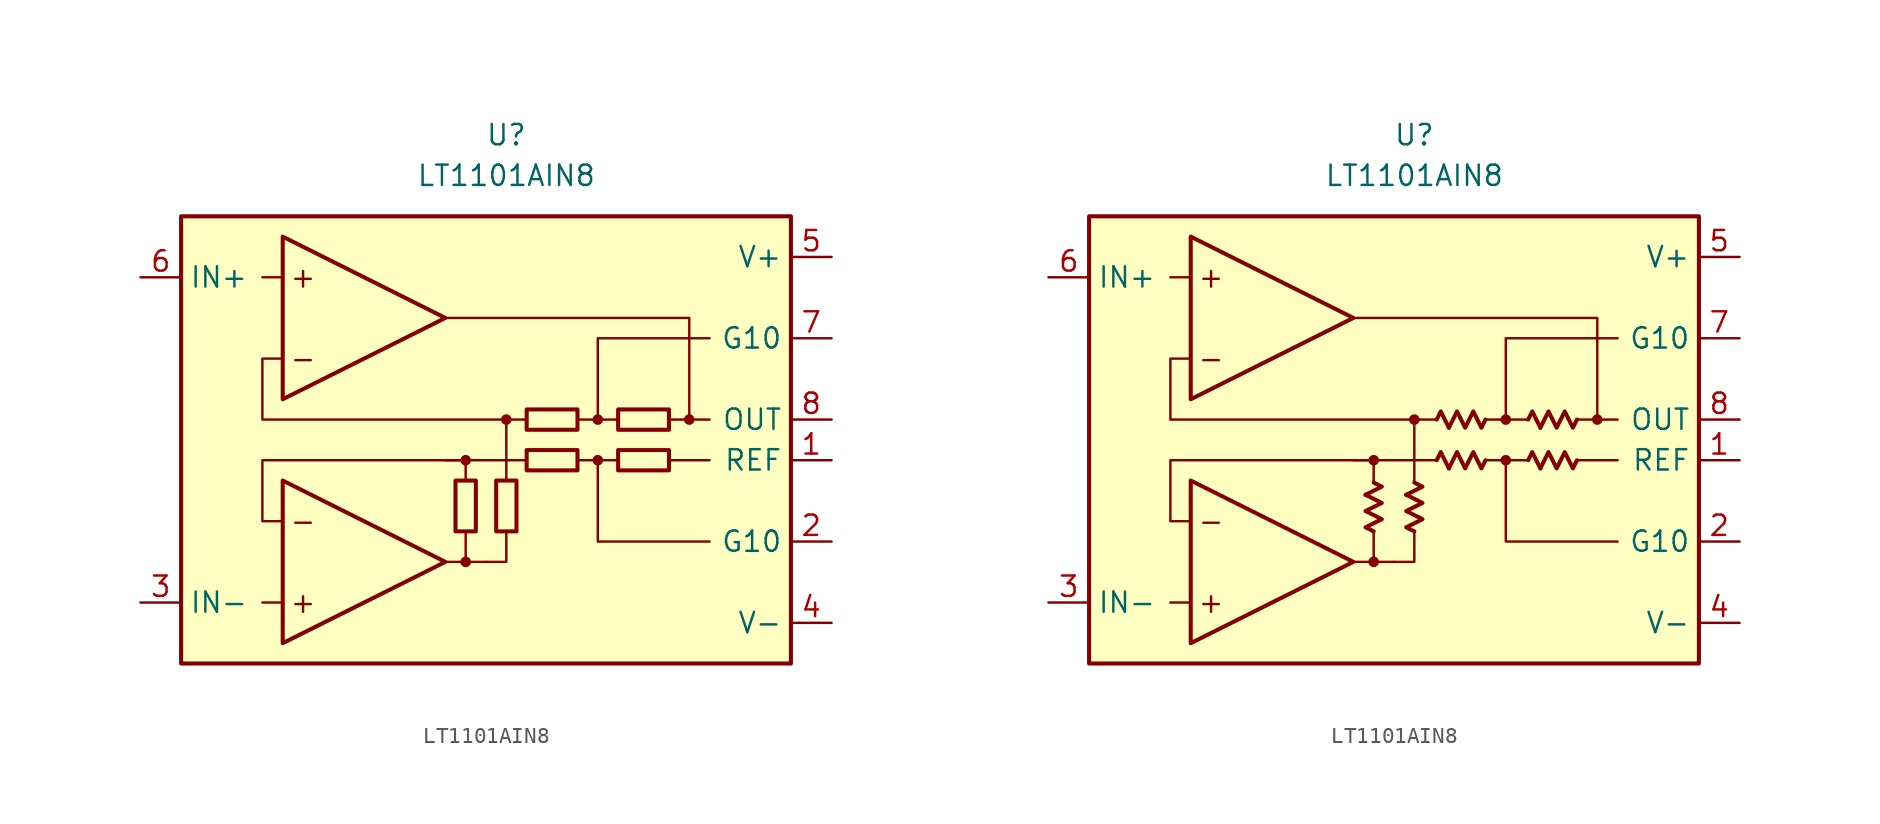
<source format=kicad_sym>
(kicad_symbol_lib
  (version 20231120)
  (generator "kicad_symbol_editor")
  (generator_version "8.0")
  (symbol "LT1101AIN8"
    (property "Reference" "U"
      (at 0 19.05 0)
      (effects (font (size 1.27 1.27))))
    (property "Value" "LT1101AIN8"
      (at 0 16.51 0)
      (effects (font (size 1.27 1.27))))
    (symbol "LT1101AIN8_0_0"
      (rectangle (start -20.32 13.97) (end 17.78 -13.97) (stroke (width 0.254) (type default)) (fill (type background)))
      (circle (center -2.54 -7.62) (radius 0.254) (stroke (width 0.152) (type default)) (fill (type outline)))
      (circle (center -2.54 -1.27) (radius 0.254) (stroke (width 0.152) (type default)) (fill (type outline)))
      (polyline (pts (xy -13.97 -10.16) (xy -15.24 -10.16)) (stroke (width 0.152) (type default)) (fill (type none)))
      (polyline (pts (xy -13.97 10.16) (xy -15.24 10.16)) (stroke (width 0.152) (type default)) (fill (type none)))
      (polyline (pts (xy -3.81 -7.62) (xy -1.27 -7.62)) (stroke (width 0.152) (type default)) (fill (type none)))
      (polyline (pts (xy -2.54 -5.715) (xy -2.54 -7.62)) (stroke (width 0.152) (type default)) (fill (type none)))
      (polyline (pts (xy -2.54 -2.54) (xy -2.54 -1.27)) (stroke (width 0.152) (type default)) (fill (type none)))
      (polyline (pts (xy 0 -2.54) (xy 0 -1.27)) (stroke (width 0.152) (type default)) (fill (type none)))
      (polyline (pts (xy 0 -1.27) (xy 0 1.27)) (stroke (width 0.152) (type default)) (fill (type none)))
      (polyline (pts (xy 1.27 -1.27) (xy -3.81 -1.27)) (stroke (width 0.152) (type default)) (fill (type none)))
      (polyline (pts (xy 5.715 -1.27) (xy 4.445 -1.27)) (stroke (width 0.152) (type default)) (fill (type none)))
      (polyline (pts (xy 5.715 1.27) (xy 4.445 1.27)) (stroke (width 0.152) (type default)) (fill (type none)))
      (polyline (pts (xy 6.985 -1.27) (xy 5.715 -1.27)) (stroke (width 0.152) (type default)) (fill (type none)))
      (polyline (pts (xy 6.985 1.27) (xy 5.715 1.27)) (stroke (width 0.152) (type default)) (fill (type none)))
      (polyline (pts (xy 11.43 1.27) (xy 12.7 1.27)) (stroke (width 0.152) (type default)) (fill (type none)))
      (polyline (pts (xy 12.7 -1.27) (xy 10.16 -1.27)) (stroke (width 0.152) (type default)) (fill (type none)))
      (polyline (pts (xy -1.27 -7.62) (xy 0 -7.62) (xy 0 -5.715)) (stroke (width 0.152) (type default)) (fill (type none)))
      (polyline (pts (xy 5.715 1.27) (xy 5.715 6.35) (xy 12.7 6.35)) (stroke (width 0.152) (type default)) (fill (type none)))
      (polyline (pts (xy 12.7 -6.35) (xy 5.715 -6.35) (xy 5.715 -1.27)) (stroke (width 0.152) (type default)) (fill (type none)))
      (polyline (pts (xy -2.54 -1.27) (xy -15.24 -1.27) (xy -15.24 -5.08) (xy -13.97 -5.08)) (stroke (width 0.152) (type default)) (fill (type none)))
      (polyline (pts (xy 10.16 1.27) (xy 11.43 1.27) (xy 11.43 7.62) (xy -3.81 7.62)) (stroke (width 0.152) (type default)) (fill (type none)))
      (polyline (pts (xy 1.27 1.27) (xy -15.24 1.27) (xy -15.24 5.08) (xy -15.24 5.08) (xy -13.97 5.08)) (stroke (width 0.152) (type default)) (fill (type none)))
      (circle (center 0 1.27) (radius 0.254) (stroke (width 0.152) (type default)) (fill (type outline)))
      (circle (center 5.715 -1.27) (radius 0.254) (stroke (width 0.152) (type default)) (fill (type outline)))
      (circle (center 5.715 1.27) (radius 0.254) (stroke (width 0.152) (type default)) (fill (type outline)))
      (circle (center 11.43 1.27) (radius 0.254) (stroke (width 0.152) (type default)) (fill (type outline)))
      (text "+" (at -12.7 -10.16 0) (effects (font (size 1.27 1.27))))
      (text "+" (at -12.7 10.16 0) (effects (font (size 1.27 1.27))))
      (text "-" (at -12.7 -5.08 0) (effects (font (size 1.27 1.27))))
      (text "-" (at -12.7 5.08 0) (effects (font (size 1.27 1.27)))))
    (symbol "LT1101AIN8_0_1"
      (rectangle (start -3.175 -5.715) (end -1.905 -2.54) (stroke (width 0.254) (type default)) (fill (type none)))
      (rectangle (start -0.635 -5.715) (end 0.635 -2.54) (stroke (width 0.254) (type default)) (fill (type none)))
      (rectangle (start 1.27 1.905) (end 4.445 0.635) (stroke (width 0.254) (type default)) (fill (type none)))
      (rectangle (start 4.445 -1.905) (end 1.27 -0.635) (stroke (width 0.254) (type default)) (fill (type none)))
      (rectangle (start 10.16 -1.905) (end 6.985 -0.635) (stroke (width 0.254) (type default)) (fill (type none)))
      (rectangle (start 10.16 0.635) (end 6.985 1.905) (stroke (width 0.254) (type default)) (fill (type none))))
    (symbol "LT1101AIN8_0_2"
      (polyline (pts (xy -3.048 -3.429) (xy -2.032 -2.921) (xy -2.54 -2.667)) (stroke (width 0.254) (type default)) (fill (type none)))
      (polyline (pts (xy -0.508 -3.429) (xy 0.508 -2.921) (xy 0 -2.667)) (stroke (width 0.254) (type default)) (fill (type none)))
      (polyline (pts (xy 2.159 -1.778) (xy 1.651 -0.762) (xy 1.397 -1.27)) (stroke (width 0.254) (type default)) (fill (type none)))
      (polyline (pts (xy 2.159 0.762) (xy 1.651 1.778) (xy 1.397 1.27)) (stroke (width 0.254) (type default)) (fill (type none)))
      (polyline (pts (xy 7.874 -1.778) (xy 7.366 -0.762) (xy 7.112 -1.27)) (stroke (width 0.254) (type default)) (fill (type none)))
      (polyline (pts (xy 7.874 0.762) (xy 7.366 1.778) (xy 7.112 1.27)) (stroke (width 0.254) (type default)) (fill (type none)))
      (polyline (pts (xy -2.54 -5.715) (xy -3.048 -5.461) (xy -2.032 -4.953) (xy -3.048 -4.445) (xy -2.032 -3.937) (xy -3.048 -3.429)) (stroke (width 0.254) (type default)) (fill (type none)))
      (polyline (pts (xy 0 -5.715) (xy -0.508 -5.461) (xy 0.508 -4.953) (xy -0.508 -4.445) (xy 0.508 -3.937) (xy -0.508 -3.429)) (stroke (width 0.254) (type default)) (fill (type none)))
      (polyline (pts (xy 4.445 -1.27) (xy 4.191 -1.778) (xy 3.683 -0.762) (xy 3.175 -1.778) (xy 2.667 -0.762) (xy 2.159 -1.778)) (stroke (width 0.254) (type default)) (fill (type none)))
      (polyline (pts (xy 4.445 1.27) (xy 4.191 0.762) (xy 3.683 1.778) (xy 3.175 0.762) (xy 2.667 1.778) (xy 2.159 0.762)) (stroke (width 0.254) (type default)) (fill (type none)))
      (polyline (pts (xy 10.16 -1.27) (xy 9.906 -1.778) (xy 9.398 -0.762) (xy 8.89 -1.778) (xy 8.382 -0.762) (xy 7.874 -1.778)) (stroke (width 0.254) (type default)) (fill (type none)))
      (polyline (pts (xy 10.16 1.27) (xy 9.906 0.762) (xy 9.398 1.778) (xy 8.89 0.762) (xy 8.382 1.778) (xy 7.874 0.762)) (stroke (width 0.254) (type default)) (fill (type none))))
    (symbol "LT1101AIN8_1_0"
      (polyline (pts (xy -13.97 -2.54) (xy -13.97 -12.7) (xy -3.81 -7.62) (xy -13.97 -2.54)) (stroke (width 0.254) (type default)) (fill (type background)))
      (polyline (pts (xy -13.97 12.7) (xy -13.97 2.54) (xy -3.81 7.62) (xy -13.97 12.7)) (stroke (width 0.254) (type default)) (fill (type background))))
    (symbol "LT1101AIN8_1_1"
      (pin input line (at 20.32 -1.27 180) (length 2.54) (name "REF" (effects (font (size 1.27 1.27)))) (number "1" (effects (font (size 1.27 1.27)))))
      (pin passive line (at 20.32 -6.35 180) (length 2.54) (name "G10" (effects (font (size 1.27 1.27)))) (number "2" (effects (font (size 1.27 1.27)))))
      (pin input line (at -22.86 -10.16 0) (length 2.54) (name "IN-" (effects (font (size 1.27 1.27)))) (number "3" (effects (font (size 1.27 1.27)))))
      (pin power_in line (at 20.32 -11.43 180) (length 2.54) (name "V-" (effects (font (size 1.27 1.27)))) (number "4" (effects (font (size 1.27 1.27)))))
      (pin power_in line (at 20.32 11.43 180) (length 2.54) (name "V+" (effects (font (size 1.27 1.27)))) (number "5" (effects (font (size 1.27 1.27)))))
      (pin input line (at -22.86 10.16 0) (length 2.54) (name "IN+" (effects (font (size 1.27 1.27)))) (number "6" (effects (font (size 1.27 1.27)))))
      (pin passive line (at 20.32 6.35 180) (length 2.54) (name "G10" (effects (font (size 1.27 1.27)))) (number "7" (effects (font (size 1.27 1.27)))))
      (pin output line (at 20.32 1.27 180) (length 2.54) (name "OUT" (effects (font (size 1.27 1.27)))) (number "8" (effects (font (size 1.27 1.27))))))
    (symbol "LT1101AIN8_1_2"
      (pin input line (at 20.32 -1.27 180) (length 2.54) (name "REF" (effects (font (size 1.27 1.27)))) (number "1" (effects (font (size 1.27 1.27)))))
      (pin passive line (at 20.32 -6.35 180) (length 2.54) (name "G10" (effects (font (size 1.27 1.27)))) (number "2" (effects (font (size 1.27 1.27)))))
      (pin input line (at -22.86 -10.16 0) (length 2.54) (name "IN-" (effects (font (size 1.27 1.27)))) (number "3" (effects (font (size 1.27 1.27)))))
      (pin power_in line (at 20.32 -11.43 180) (length 2.54) (name "V-" (effects (font (size 1.27 1.27)))) (number "4" (effects (font (size 1.27 1.27)))))
      (pin power_in line (at 20.32 11.43 180) (length 2.54) (name "V+" (effects (font (size 1.27 1.27)))) (number "5" (effects (font (size 1.27 1.27)))))
      (pin input line (at -22.86 10.16 0) (length 2.54) (name "IN+" (effects (font (size 1.27 1.27)))) (number "6" (effects (font (size 1.27 1.27)))))
      (pin passive line (at 20.32 6.35 180) (length 2.54) (name "G10" (effects (font (size 1.27 1.27)))) (number "7" (effects (font (size 1.27 1.27)))))
      (pin output line (at 20.32 1.27 180) (length 2.54) (name "OUT" (effects (font (size 1.27 1.27)))) (number "8" (effects (font (size 1.27 1.27))))))))
</source>
